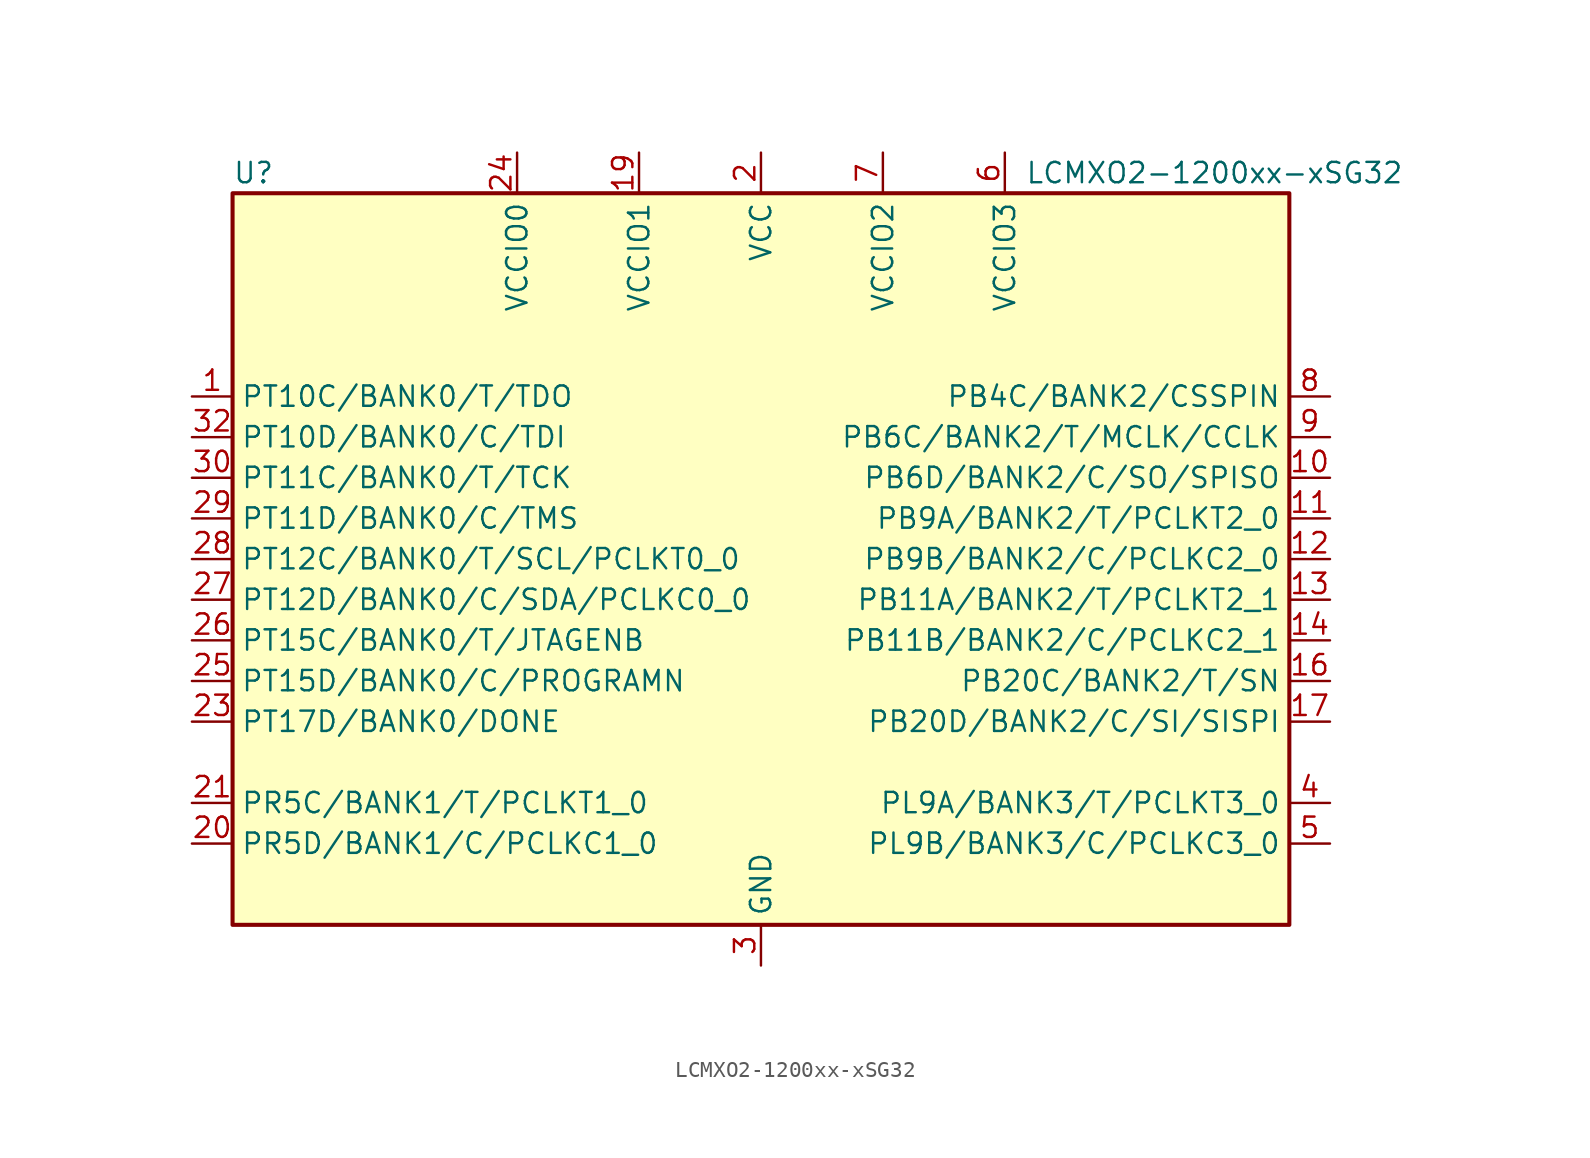
<source format=kicad_sym>
(kicad_symbol_lib
  (version 20241209)
  (generator "kicad_symbol_editor")
  (generator_version "9.0")
  (symbol "LCMXO2-1200xx-xSG32"
    (property "Reference" "U"
      (at -33.02 24.13 0)
      (effects (font (size 1.27 1.27)) (justify left)))
    (property "Value" "LCMXO2-1200xx-xSG32"
      (at 16.51 24.13 0)
      (effects (font (size 1.27 1.27)) (justify left)))
    (symbol "LCMXO2-1200xx-xSG32_0_1"
      (rectangle (start -33.02 22.86) (end 33.02 -22.86) (stroke (width 0.254) (type default)) (fill (type background))))
    (symbol "LCMXO2-1200xx-xSG32_1_1"
      (pin bidirectional line (at -35.56 10.16 0) (length 2.54) (name "PT10C/BANK0/T/TDO" (effects (font (size 1.27 1.27)))) (number "1" (effects (font (size 1.27 1.27)))))
      (pin bidirectional line (at -35.56 7.62 0) (length 2.54) (name "PT10D/BANK0/C/TDI" (effects (font (size 1.27 1.27)))) (number "32" (effects (font (size 1.27 1.27)))))
      (pin bidirectional line (at -35.56 5.08 0) (length 2.54) (name "PT11C/BANK0/T/TCK" (effects (font (size 1.27 1.27)))) (number "30" (effects (font (size 1.27 1.27)))))
      (pin bidirectional line (at -35.56 2.54 0) (length 2.54) (name "PT11D/BANK0/C/TMS" (effects (font (size 1.27 1.27)))) (number "29" (effects (font (size 1.27 1.27)))))
      (pin bidirectional line (at -35.56 0 0) (length 2.54) (name "PT12C/BANK0/T/SCL/PCLKT0_0" (effects (font (size 1.27 1.27)))) (number "28" (effects (font (size 1.27 1.27)))))
      (pin bidirectional line (at -35.56 -2.54 0) (length 2.54) (name "PT12D/BANK0/C/SDA/PCLKC0_0" (effects (font (size 1.27 1.27)))) (number "27" (effects (font (size 1.27 1.27)))))
      (pin bidirectional line (at -35.56 -5.08 0) (length 2.54) (name "PT15C/BANK0/T/JTAGENB" (effects (font (size 1.27 1.27)))) (number "26" (effects (font (size 1.27 1.27)))))
      (pin bidirectional line (at -35.56 -7.62 0) (length 2.54) (name "PT15D/BANK0/C/PROGRAMN" (effects (font (size 1.27 1.27)))) (number "25" (effects (font (size 1.27 1.27)))))
      (pin bidirectional line (at -35.56 -10.16 0) (length 2.54) (name "PT17D/BANK0/DONE" (effects (font (size 1.27 1.27)))) (number "23" (effects (font (size 1.27 1.27)))))
      (pin bidirectional line (at -35.56 -15.24 0) (length 2.54) (name "PR5C/BANK1/T/PCLKT1_0" (effects (font (size 1.27 1.27)))) (number "21" (effects (font (size 1.27 1.27)))))
      (pin bidirectional line (at -35.56 -17.78 0) (length 2.54) (name "PR5D/BANK1/C/PCLKC1_0" (effects (font (size 1.27 1.27)))) (number "20" (effects (font (size 1.27 1.27)))))
      (pin power_in line (at -15.24 25.4 270) (length 2.54) (name "VCCIO0" (effects (font (size 1.27 1.27)))) (number "24" (effects (font (size 1.27 1.27)))))
      (pin passive line (at -15.24 25.4 270) (length 2.54) (hide yes) (name "VCCIO0" (effects (font (size 1.27 1.27)))) (number "31" (effects (font (size 1.27 1.27)))))
      (pin power_in line (at -7.62 25.4 270) (length 2.54) (name "VCCIO1" (effects (font (size 1.27 1.27)))) (number "19" (effects (font (size 1.27 1.27)))))
      (pin passive line (at 0 25.4 270) (length 2.54) (hide yes) (name "VCC" (effects (font (size 1.27 1.27)))) (number "18" (effects (font (size 1.27 1.27)))))
      (pin power_in line (at 0 25.4 270) (length 2.54) (name "VCC" (effects (font (size 1.27 1.27)))) (number "2" (effects (font (size 1.27 1.27)))))
      (pin passive line (at 0 -25.4 90) (length 2.54) (hide yes) (name "GND" (effects (font (size 1.27 1.27)))) (number "22" (effects (font (size 1.27 1.27)))))
      (pin power_in line (at 0 -25.4 90) (length 2.54) (name "GND" (effects (font (size 1.27 1.27)))) (number "3" (effects (font (size 1.27 1.27)))))
      (pin passive line (at 0 -25.4 90) (length 2.54) (hide yes) (name "GND" (effects (font (size 1.27 1.27)))) (number "33" (effects (font (size 1.27 1.27)))))
      (pin passive line (at 7.62 25.4 270) (length 2.54) (hide yes) (name "VCCIO2" (effects (font (size 1.27 1.27)))) (number "15" (effects (font (size 1.27 1.27)))))
      (pin power_in line (at 7.62 25.4 270) (length 2.54) (name "VCCIO2" (effects (font (size 1.27 1.27)))) (number "7" (effects (font (size 1.27 1.27)))))
      (pin power_in line (at 15.24 25.4 270) (length 2.54) (name "VCCIO3" (effects (font (size 1.27 1.27)))) (number "6" (effects (font (size 1.27 1.27)))))
      (pin bidirectional line (at 35.56 10.16 180) (length 2.54) (name "PB4C/BANK2/CSSPIN" (effects (font (size 1.27 1.27)))) (number "8" (effects (font (size 1.27 1.27)))))
      (pin bidirectional line (at 35.56 7.62 180) (length 2.54) (name "PB6C/BANK2/T/MCLK/CCLK" (effects (font (size 1.27 1.27)))) (number "9" (effects (font (size 1.27 1.27)))))
      (pin bidirectional line (at 35.56 5.08 180) (length 2.54) (name "PB6D/BANK2/C/SO/SPISO" (effects (font (size 1.27 1.27)))) (number "10" (effects (font (size 1.27 1.27)))))
      (pin bidirectional line (at 35.56 2.54 180) (length 2.54) (name "PB9A/BANK2/T/PCLKT2_0" (effects (font (size 1.27 1.27)))) (number "11" (effects (font (size 1.27 1.27)))))
      (pin bidirectional line (at 35.56 0 180) (length 2.54) (name "PB9B/BANK2/C/PCLKC2_0" (effects (font (size 1.27 1.27)))) (number "12" (effects (font (size 1.27 1.27)))))
      (pin bidirectional line (at 35.56 -2.54 180) (length 2.54) (name "PB11A/BANK2/T/PCLKT2_1" (effects (font (size 1.27 1.27)))) (number "13" (effects (font (size 1.27 1.27)))))
      (pin bidirectional line (at 35.56 -5.08 180) (length 2.54) (name "PB11B/BANK2/C/PCLKC2_1" (effects (font (size 1.27 1.27)))) (number "14" (effects (font (size 1.27 1.27)))))
      (pin bidirectional line (at 35.56 -7.62 180) (length 2.54) (name "PB20C/BANK2/T/SN" (effects (font (size 1.27 1.27)))) (number "16" (effects (font (size 1.27 1.27)))))
      (pin bidirectional line (at 35.56 -10.16 180) (length 2.54) (name "PB20D/BANK2/C/SI/SISPI" (effects (font (size 1.27 1.27)))) (number "17" (effects (font (size 1.27 1.27)))))
      (pin bidirectional line (at 35.56 -15.24 180) (length 2.54) (name "PL9A/BANK3/T/PCLKT3_0" (effects (font (size 1.27 1.27)))) (number "4" (effects (font (size 1.27 1.27)))))
      (pin bidirectional line (at 35.56 -17.78 180) (length 2.54) (name "PL9B/BANK3/C/PCLKC3_0" (effects (font (size 1.27 1.27)))) (number "5" (effects (font (size 1.27 1.27))))))))
</source>
